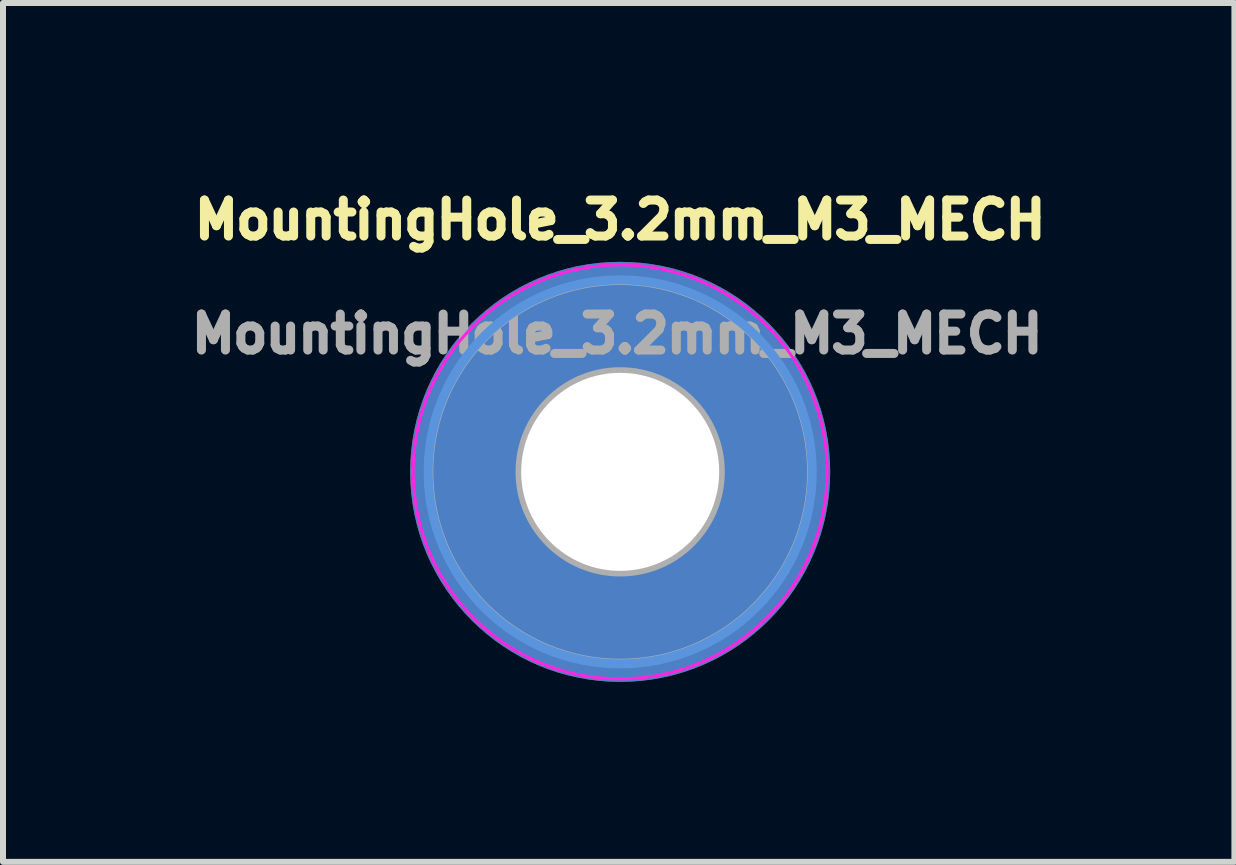
<source format=kicad_pcb>
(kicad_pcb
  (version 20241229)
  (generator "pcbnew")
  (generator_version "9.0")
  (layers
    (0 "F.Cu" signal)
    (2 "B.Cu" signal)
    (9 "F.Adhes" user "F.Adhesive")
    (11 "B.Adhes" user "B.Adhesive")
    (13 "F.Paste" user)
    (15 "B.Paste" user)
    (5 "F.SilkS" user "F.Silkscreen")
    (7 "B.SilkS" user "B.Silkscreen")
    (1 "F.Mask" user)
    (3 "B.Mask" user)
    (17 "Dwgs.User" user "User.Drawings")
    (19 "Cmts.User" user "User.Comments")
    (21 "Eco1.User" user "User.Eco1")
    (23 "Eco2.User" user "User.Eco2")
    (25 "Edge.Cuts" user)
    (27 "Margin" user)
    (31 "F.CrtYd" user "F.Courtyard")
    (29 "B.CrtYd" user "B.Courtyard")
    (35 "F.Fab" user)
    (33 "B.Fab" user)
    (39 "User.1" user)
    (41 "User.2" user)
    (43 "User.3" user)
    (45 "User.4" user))
  (footprint "MountingHole_3.2mm_M3_MECH"
    (layer "F.Cu")
    (at 7.286 4.814)
    (property "Reference" "MountingHole_3.2mm_M3_MECH" (at 0 -4.2 0) (layer "F.SilkS") (effects (font (size 0.6 0.6) (thickness 0.15))))
    (attr exclude_from_pos_files exclude_from_bom)
    (fp_circle (center 0 0) (end 3.2 0) (stroke (width 0.15) (type solid)) (fill no) (layer "Cmts.User"))
    (fp_circle (center 0 0) (end 3.45 0) (stroke (width 0.05) (type solid)) (fill no) (layer "F.CrtYd"))
    (fp_line (start -1.6 0) (end 1.55 0) (stroke (width 0.15) (type solid)) (layer "F.Fab"))
    (fp_line (start 0 1.55) (end 0 -1.6) (stroke (width 0.15) (type solid)) (layer "F.Fab"))
    (fp_circle (center 0 0) (end 1.65 0.25) (stroke (width 0.15) (type solid)) (fill no) (layer "F.Fab"))
    (fp_circle (center 0 0) (end 2.7 1.7) (stroke (width 0.15) (type solid)) (fill no) (layer "F.Fab"))
    (fp_text user "${REFERENCE}" (at -0.05 -2.3 0) (layer "F.Fab") (effects (font (size 0.6 0.6) (thickness 0.15))))
    (pad "" np_thru_hole circle (at 0 0) (size 7 7) (drill 3.3) (layers "*.Cu" "*.Mask")))
  (gr_rect
    (start -3 -3)
    (end 17.523 11.314)
    (stroke (width 0.1) (type default))
    (fill no)
    (layer "Edge.Cuts")))
</source>
